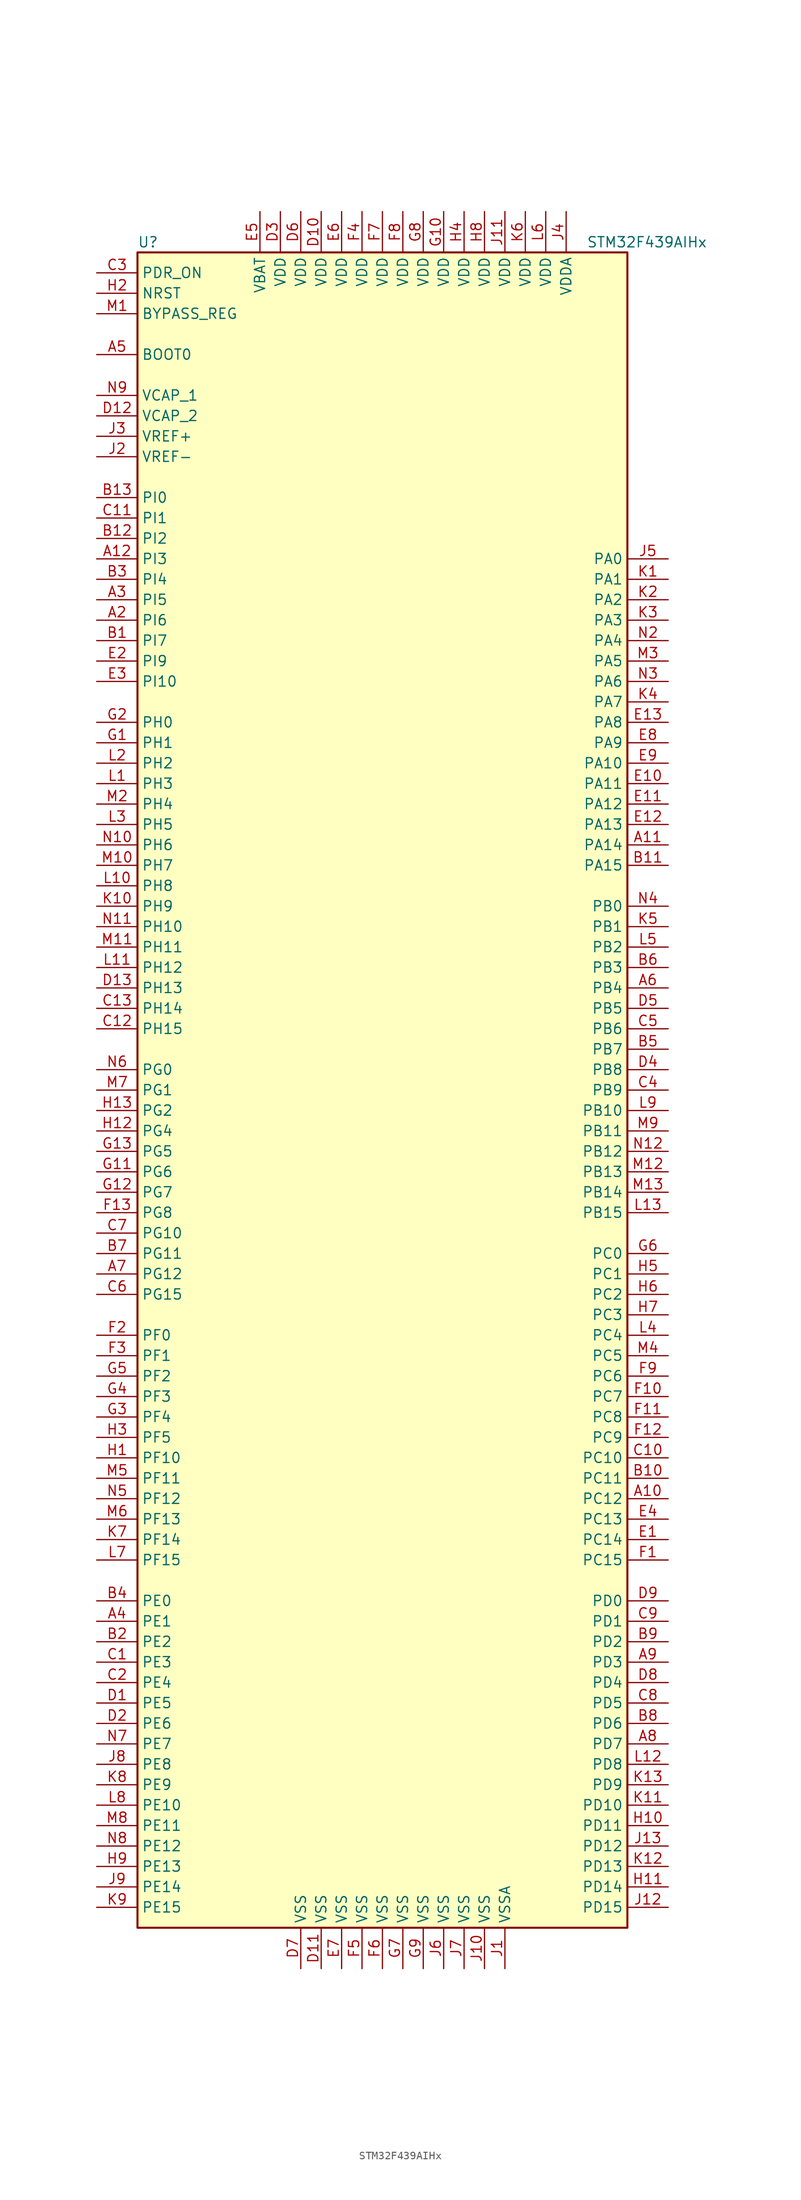
<source format=kicad_sym>
(kicad_symbol_lib
  (version 20201005)
  (generator kicad_symbol_editor)
  (symbol "STM32F439AIHx"
    (property "Reference" "U"
      (at -30.48 105.41 0)
      (effects (font (size 1.27 1.27)) (justify left)))
    (property "Value" "STM32F439AIHx"
      (at 25.4 105.41 0)
      (effects (font (size 1.27 1.27)) (justify left)))
    (symbol "STM32F439AIHx_0_1"
      (rectangle (start -30.48 -104.14) (end 30.48 104.14) (stroke (width 0.254)) (fill (type background))))
    (symbol "STM32F439AIHx_1_1"
      (pin no_connect line (at -30.48 -101.6 0) (length 5.08) hide (name "NC" (effects (font (size 1.27 1.27)))) (number "A1" (effects (font (size 1.27 1.27)))))
      (pin bidirectional line (at 35.56 -50.8 180) (length 5.08) (name "PC12" (effects (font (size 1.27 1.27)))) (number "A10" (effects (font (size 1.27 1.27)))))
      (pin bidirectional line (at 35.56 30.48 180) (length 5.08) (name "PA14" (effects (font (size 1.27 1.27)))) (number "A11" (effects (font (size 1.27 1.27)))))
      (pin bidirectional line (at -35.56 66.04 0) (length 5.08) (name "PI3" (effects (font (size 1.27 1.27)))) (number "A12" (effects (font (size 1.27 1.27)))))
      (pin no_connect line (at -30.48 -99.06 0) (length 5.08) hide (name "NC" (effects (font (size 1.27 1.27)))) (number "A13" (effects (font (size 1.27 1.27)))))
      (pin bidirectional line (at -35.56 58.42 0) (length 5.08) (name "PI6" (effects (font (size 1.27 1.27)))) (number "A2" (effects (font (size 1.27 1.27)))))
      (pin bidirectional line (at -35.56 60.96 0) (length 5.08) (name "PI5" (effects (font (size 1.27 1.27)))) (number "A3" (effects (font (size 1.27 1.27)))))
      (pin bidirectional line (at -35.56 -66.04 0) (length 5.08) (name "PE1" (effects (font (size 1.27 1.27)))) (number "A4" (effects (font (size 1.27 1.27)))))
      (pin input line (at -35.56 91.44 0) (length 5.08) (name "BOOT0" (effects (font (size 1.27 1.27)))) (number "A5" (effects (font (size 1.27 1.27)))))
      (pin bidirectional line (at 35.56 12.7 180) (length 5.08) (name "PB4" (effects (font (size 1.27 1.27)))) (number "A6" (effects (font (size 1.27 1.27)))))
      (pin bidirectional line (at -35.56 -22.86 0) (length 5.08) (name "PG12" (effects (font (size 1.27 1.27)))) (number "A7" (effects (font (size 1.27 1.27)))))
      (pin bidirectional line (at 35.56 -81.28 180) (length 5.08) (name "PD7" (effects (font (size 1.27 1.27)))) (number "A8" (effects (font (size 1.27 1.27)))))
      (pin bidirectional line (at 35.56 -71.12 180) (length 5.08) (name "PD3" (effects (font (size 1.27 1.27)))) (number "A9" (effects (font (size 1.27 1.27)))))
      (pin bidirectional line (at -35.56 55.88 0) (length 5.08) (name "PI7" (effects (font (size 1.27 1.27)))) (number "B1" (effects (font (size 1.27 1.27)))))
      (pin bidirectional line (at 35.56 -48.26 180) (length 5.08) (name "PC11" (effects (font (size 1.27 1.27)))) (number "B10" (effects (font (size 1.27 1.27)))))
      (pin bidirectional line (at 35.56 27.94 180) (length 5.08) (name "PA15" (effects (font (size 1.27 1.27)))) (number "B11" (effects (font (size 1.27 1.27)))))
      (pin bidirectional line (at -35.56 68.58 0) (length 5.08) (name "PI2" (effects (font (size 1.27 1.27)))) (number "B12" (effects (font (size 1.27 1.27)))))
      (pin bidirectional line (at -35.56 73.66 0) (length 5.08) (name "PI0" (effects (font (size 1.27 1.27)))) (number "B13" (effects (font (size 1.27 1.27)))))
      (pin bidirectional line (at -35.56 -68.58 0) (length 5.08) (name "PE2" (effects (font (size 1.27 1.27)))) (number "B2" (effects (font (size 1.27 1.27)))))
      (pin bidirectional line (at -35.56 63.5 0) (length 5.08) (name "PI4" (effects (font (size 1.27 1.27)))) (number "B3" (effects (font (size 1.27 1.27)))))
      (pin bidirectional line (at -35.56 -63.5 0) (length 5.08) (name "PE0" (effects (font (size 1.27 1.27)))) (number "B4" (effects (font (size 1.27 1.27)))))
      (pin bidirectional line (at 35.56 5.08 180) (length 5.08) (name "PB7" (effects (font (size 1.27 1.27)))) (number "B5" (effects (font (size 1.27 1.27)))))
      (pin bidirectional line (at 35.56 15.24 180) (length 5.08) (name "PB3" (effects (font (size 1.27 1.27)))) (number "B6" (effects (font (size 1.27 1.27)))))
      (pin bidirectional line (at -35.56 -20.32 0) (length 5.08) (name "PG11" (effects (font (size 1.27 1.27)))) (number "B7" (effects (font (size 1.27 1.27)))))
      (pin bidirectional line (at 35.56 -78.74 180) (length 5.08) (name "PD6" (effects (font (size 1.27 1.27)))) (number "B8" (effects (font (size 1.27 1.27)))))
      (pin bidirectional line (at 35.56 -68.58 180) (length 5.08) (name "PD2" (effects (font (size 1.27 1.27)))) (number "B9" (effects (font (size 1.27 1.27)))))
      (pin bidirectional line (at -35.56 -71.12 0) (length 5.08) (name "PE3" (effects (font (size 1.27 1.27)))) (number "C1" (effects (font (size 1.27 1.27)))))
      (pin bidirectional line (at 35.56 -45.72 180) (length 5.08) (name "PC10" (effects (font (size 1.27 1.27)))) (number "C10" (effects (font (size 1.27 1.27)))))
      (pin bidirectional line (at -35.56 71.12 0) (length 5.08) (name "PI1" (effects (font (size 1.27 1.27)))) (number "C11" (effects (font (size 1.27 1.27)))))
      (pin bidirectional line (at -35.56 7.62 0) (length 5.08) (name "PH15" (effects (font (size 1.27 1.27)))) (number "C12" (effects (font (size 1.27 1.27)))))
      (pin bidirectional line (at -35.56 10.16 0) (length 5.08) (name "PH14" (effects (font (size 1.27 1.27)))) (number "C13" (effects (font (size 1.27 1.27)))))
      (pin bidirectional line (at -35.56 -73.66 0) (length 5.08) (name "PE4" (effects (font (size 1.27 1.27)))) (number "C2" (effects (font (size 1.27 1.27)))))
      (pin input line (at -35.56 101.6 0) (length 5.08) (name "PDR_ON" (effects (font (size 1.27 1.27)))) (number "C3" (effects (font (size 1.27 1.27)))))
      (pin bidirectional line (at 35.56 0 180) (length 5.08) (name "PB9" (effects (font (size 1.27 1.27)))) (number "C4" (effects (font (size 1.27 1.27)))))
      (pin bidirectional line (at 35.56 7.62 180) (length 5.08) (name "PB6" (effects (font (size 1.27 1.27)))) (number "C5" (effects (font (size 1.27 1.27)))))
      (pin bidirectional line (at -35.56 -25.4 0) (length 5.08) (name "PG15" (effects (font (size 1.27 1.27)))) (number "C6" (effects (font (size 1.27 1.27)))))
      (pin bidirectional line (at -35.56 -17.78 0) (length 5.08) (name "PG10" (effects (font (size 1.27 1.27)))) (number "C7" (effects (font (size 1.27 1.27)))))
      (pin bidirectional line (at 35.56 -76.2 180) (length 5.08) (name "PD5" (effects (font (size 1.27 1.27)))) (number "C8" (effects (font (size 1.27 1.27)))))
      (pin bidirectional line (at 35.56 -66.04 180) (length 5.08) (name "PD1" (effects (font (size 1.27 1.27)))) (number "C9" (effects (font (size 1.27 1.27)))))
      (pin bidirectional line (at -35.56 -76.2 0) (length 5.08) (name "PE5" (effects (font (size 1.27 1.27)))) (number "D1" (effects (font (size 1.27 1.27)))))
      (pin power_in line (at -7.62 109.22 270) (length 5.08) (name "VDD" (effects (font (size 1.27 1.27)))) (number "D10" (effects (font (size 1.27 1.27)))))
      (pin power_in line (at -7.62 -109.22 90) (length 5.08) (name "VSS" (effects (font (size 1.27 1.27)))) (number "D11" (effects (font (size 1.27 1.27)))))
      (pin power_in line (at -35.56 83.82 0) (length 5.08) (name "VCAP_2" (effects (font (size 1.27 1.27)))) (number "D12" (effects (font (size 1.27 1.27)))))
      (pin bidirectional line (at -35.56 12.7 0) (length 5.08) (name "PH13" (effects (font (size 1.27 1.27)))) (number "D13" (effects (font (size 1.27 1.27)))))
      (pin bidirectional line (at -35.56 -78.74 0) (length 5.08) (name "PE6" (effects (font (size 1.27 1.27)))) (number "D2" (effects (font (size 1.27 1.27)))))
      (pin power_in line (at -12.7 109.22 270) (length 5.08) (name "VDD" (effects (font (size 1.27 1.27)))) (number "D3" (effects (font (size 1.27 1.27)))))
      (pin bidirectional line (at 35.56 2.54 180) (length 5.08) (name "PB8" (effects (font (size 1.27 1.27)))) (number "D4" (effects (font (size 1.27 1.27)))))
      (pin bidirectional line (at 35.56 10.16 180) (length 5.08) (name "PB5" (effects (font (size 1.27 1.27)))) (number "D5" (effects (font (size 1.27 1.27)))))
      (pin power_in line (at -10.16 109.22 270) (length 5.08) (name "VDD" (effects (font (size 1.27 1.27)))) (number "D6" (effects (font (size 1.27 1.27)))))
      (pin power_in line (at -10.16 -109.22 90) (length 5.08) (name "VSS" (effects (font (size 1.27 1.27)))) (number "D7" (effects (font (size 1.27 1.27)))))
      (pin bidirectional line (at 35.56 -73.66 180) (length 5.08) (name "PD4" (effects (font (size 1.27 1.27)))) (number "D8" (effects (font (size 1.27 1.27)))))
      (pin bidirectional line (at 35.56 -63.5 180) (length 5.08) (name "PD0" (effects (font (size 1.27 1.27)))) (number "D9" (effects (font (size 1.27 1.27)))))
      (pin bidirectional line (at 35.56 -55.88 180) (length 5.08) (name "PC14" (effects (font (size 1.27 1.27)))) (number "E1" (effects (font (size 1.27 1.27)))))
      (pin bidirectional line (at 35.56 38.1 180) (length 5.08) (name "PA11" (effects (font (size 1.27 1.27)))) (number "E10" (effects (font (size 1.27 1.27)))))
      (pin bidirectional line (at 35.56 35.56 180) (length 5.08) (name "PA12" (effects (font (size 1.27 1.27)))) (number "E11" (effects (font (size 1.27 1.27)))))
      (pin bidirectional line (at 35.56 33.02 180) (length 5.08) (name "PA13" (effects (font (size 1.27 1.27)))) (number "E12" (effects (font (size 1.27 1.27)))))
      (pin bidirectional line (at 35.56 45.72 180) (length 5.08) (name "PA8" (effects (font (size 1.27 1.27)))) (number "E13" (effects (font (size 1.27 1.27)))))
      (pin bidirectional line (at -35.56 53.34 0) (length 5.08) (name "PI9" (effects (font (size 1.27 1.27)))) (number "E2" (effects (font (size 1.27 1.27)))))
      (pin bidirectional line (at -35.56 50.8 0) (length 5.08) (name "PI10" (effects (font (size 1.27 1.27)))) (number "E3" (effects (font (size 1.27 1.27)))))
      (pin bidirectional line (at 35.56 -53.34 180) (length 5.08) (name "PC13" (effects (font (size 1.27 1.27)))) (number "E4" (effects (font (size 1.27 1.27)))))
      (pin power_in line (at -15.24 109.22 270) (length 5.08) (name "VBAT" (effects (font (size 1.27 1.27)))) (number "E5" (effects (font (size 1.27 1.27)))))
      (pin power_in line (at -5.08 109.22 270) (length 5.08) (name "VDD" (effects (font (size 1.27 1.27)))) (number "E6" (effects (font (size 1.27 1.27)))))
      (pin power_in line (at -5.08 -109.22 90) (length 5.08) (name "VSS" (effects (font (size 1.27 1.27)))) (number "E7" (effects (font (size 1.27 1.27)))))
      (pin bidirectional line (at 35.56 43.18 180) (length 5.08) (name "PA9" (effects (font (size 1.27 1.27)))) (number "E8" (effects (font (size 1.27 1.27)))))
      (pin bidirectional line (at 35.56 40.64 180) (length 5.08) (name "PA10" (effects (font (size 1.27 1.27)))) (number "E9" (effects (font (size 1.27 1.27)))))
      (pin bidirectional line (at 35.56 -58.42 180) (length 5.08) (name "PC15" (effects (font (size 1.27 1.27)))) (number "F1" (effects (font (size 1.27 1.27)))))
      (pin bidirectional line (at 35.56 -38.1 180) (length 5.08) (name "PC7" (effects (font (size 1.27 1.27)))) (number "F10" (effects (font (size 1.27 1.27)))))
      (pin bidirectional line (at 35.56 -40.64 180) (length 5.08) (name "PC8" (effects (font (size 1.27 1.27)))) (number "F11" (effects (font (size 1.27 1.27)))))
      (pin bidirectional line (at 35.56 -43.18 180) (length 5.08) (name "PC9" (effects (font (size 1.27 1.27)))) (number "F12" (effects (font (size 1.27 1.27)))))
      (pin bidirectional line (at -35.56 -15.24 0) (length 5.08) (name "PG8" (effects (font (size 1.27 1.27)))) (number "F13" (effects (font (size 1.27 1.27)))))
      (pin bidirectional line (at -35.56 -30.48 0) (length 5.08) (name "PF0" (effects (font (size 1.27 1.27)))) (number "F2" (effects (font (size 1.27 1.27)))))
      (pin bidirectional line (at -35.56 -33.02 0) (length 5.08) (name "PF1" (effects (font (size 1.27 1.27)))) (number "F3" (effects (font (size 1.27 1.27)))))
      (pin power_in line (at -2.54 109.22 270) (length 5.08) (name "VDD" (effects (font (size 1.27 1.27)))) (number "F4" (effects (font (size 1.27 1.27)))))
      (pin power_in line (at -2.54 -109.22 90) (length 5.08) (name "VSS" (effects (font (size 1.27 1.27)))) (number "F5" (effects (font (size 1.27 1.27)))))
      (pin power_in line (at 0 -109.22 90) (length 5.08) (name "VSS" (effects (font (size 1.27 1.27)))) (number "F6" (effects (font (size 1.27 1.27)))))
      (pin power_in line (at 0 109.22 270) (length 5.08) (name "VDD" (effects (font (size 1.27 1.27)))) (number "F7" (effects (font (size 1.27 1.27)))))
      (pin power_in line (at 2.54 109.22 270) (length 5.08) (name "VDD" (effects (font (size 1.27 1.27)))) (number "F8" (effects (font (size 1.27 1.27)))))
      (pin bidirectional line (at 35.56 -35.56 180) (length 5.08) (name "PC6" (effects (font (size 1.27 1.27)))) (number "F9" (effects (font (size 1.27 1.27)))))
      (pin input line (at -35.56 43.18 0) (length 5.08) (name "PH1" (effects (font (size 1.27 1.27)))) (number "G1" (effects (font (size 1.27 1.27)))))
      (pin power_in line (at 7.62 109.22 270) (length 5.08) (name "VDD" (effects (font (size 1.27 1.27)))) (number "G10" (effects (font (size 1.27 1.27)))))
      (pin bidirectional line (at -35.56 -10.16 0) (length 5.08) (name "PG6" (effects (font (size 1.27 1.27)))) (number "G11" (effects (font (size 1.27 1.27)))))
      (pin bidirectional line (at -35.56 -12.7 0) (length 5.08) (name "PG7" (effects (font (size 1.27 1.27)))) (number "G12" (effects (font (size 1.27 1.27)))))
      (pin bidirectional line (at -35.56 -7.62 0) (length 5.08) (name "PG5" (effects (font (size 1.27 1.27)))) (number "G13" (effects (font (size 1.27 1.27)))))
      (pin input line (at -35.56 45.72 0) (length 5.08) (name "PH0" (effects (font (size 1.27 1.27)))) (number "G2" (effects (font (size 1.27 1.27)))))
      (pin bidirectional line (at -35.56 -40.64 0) (length 5.08) (name "PF4" (effects (font (size 1.27 1.27)))) (number "G3" (effects (font (size 1.27 1.27)))))
      (pin bidirectional line (at -35.56 -38.1 0) (length 5.08) (name "PF3" (effects (font (size 1.27 1.27)))) (number "G4" (effects (font (size 1.27 1.27)))))
      (pin bidirectional line (at -35.56 -35.56 0) (length 5.08) (name "PF2" (effects (font (size 1.27 1.27)))) (number "G5" (effects (font (size 1.27 1.27)))))
      (pin bidirectional line (at 35.56 -20.32 180) (length 5.08) (name "PC0" (effects (font (size 1.27 1.27)))) (number "G6" (effects (font (size 1.27 1.27)))))
      (pin power_in line (at 2.54 -109.22 90) (length 5.08) (name "VSS" (effects (font (size 1.27 1.27)))) (number "G7" (effects (font (size 1.27 1.27)))))
      (pin power_in line (at 5.08 109.22 270) (length 5.08) (name "VDD" (effects (font (size 1.27 1.27)))) (number "G8" (effects (font (size 1.27 1.27)))))
      (pin power_in line (at 5.08 -109.22 90) (length 5.08) (name "VSS" (effects (font (size 1.27 1.27)))) (number "G9" (effects (font (size 1.27 1.27)))))
      (pin bidirectional line (at -35.56 -45.72 0) (length 5.08) (name "PF10" (effects (font (size 1.27 1.27)))) (number "H1" (effects (font (size 1.27 1.27)))))
      (pin bidirectional line (at 35.56 -91.44 180) (length 5.08) (name "PD11" (effects (font (size 1.27 1.27)))) (number "H10" (effects (font (size 1.27 1.27)))))
      (pin bidirectional line (at 35.56 -99.06 180) (length 5.08) (name "PD14" (effects (font (size 1.27 1.27)))) (number "H11" (effects (font (size 1.27 1.27)))))
      (pin bidirectional line (at -35.56 -5.08 0) (length 5.08) (name "PG4" (effects (font (size 1.27 1.27)))) (number "H12" (effects (font (size 1.27 1.27)))))
      (pin bidirectional line (at -35.56 -2.54 0) (length 5.08) (name "PG2" (effects (font (size 1.27 1.27)))) (number "H13" (effects (font (size 1.27 1.27)))))
      (pin input line (at -35.56 99.06 0) (length 5.08) (name "NRST" (effects (font (size 1.27 1.27)))) (number "H2" (effects (font (size 1.27 1.27)))))
      (pin bidirectional line (at -35.56 -43.18 0) (length 5.08) (name "PF5" (effects (font (size 1.27 1.27)))) (number "H3" (effects (font (size 1.27 1.27)))))
      (pin power_in line (at 10.16 109.22 270) (length 5.08) (name "VDD" (effects (font (size 1.27 1.27)))) (number "H4" (effects (font (size 1.27 1.27)))))
      (pin bidirectional line (at 35.56 -22.86 180) (length 5.08) (name "PC1" (effects (font (size 1.27 1.27)))) (number "H5" (effects (font (size 1.27 1.27)))))
      (pin bidirectional line (at 35.56 -25.4 180) (length 5.08) (name "PC2" (effects (font (size 1.27 1.27)))) (number "H6" (effects (font (size 1.27 1.27)))))
      (pin bidirectional line (at 35.56 -27.94 180) (length 5.08) (name "PC3" (effects (font (size 1.27 1.27)))) (number "H7" (effects (font (size 1.27 1.27)))))
      (pin power_in line (at 12.7 109.22 270) (length 5.08) (name "VDD" (effects (font (size 1.27 1.27)))) (number "H8" (effects (font (size 1.27 1.27)))))
      (pin bidirectional line (at -35.56 -96.52 0) (length 5.08) (name "PE13" (effects (font (size 1.27 1.27)))) (number "H9" (effects (font (size 1.27 1.27)))))
      (pin power_in line (at 15.24 -109.22 90) (length 5.08) (name "VSSA" (effects (font (size 1.27 1.27)))) (number "J1" (effects (font (size 1.27 1.27)))))
      (pin power_in line (at 12.7 -109.22 90) (length 5.08) (name "VSS" (effects (font (size 1.27 1.27)))) (number "J10" (effects (font (size 1.27 1.27)))))
      (pin power_in line (at 15.24 109.22 270) (length 5.08) (name "VDD" (effects (font (size 1.27 1.27)))) (number "J11" (effects (font (size 1.27 1.27)))))
      (pin bidirectional line (at 35.56 -101.6 180) (length 5.08) (name "PD15" (effects (font (size 1.27 1.27)))) (number "J12" (effects (font (size 1.27 1.27)))))
      (pin bidirectional line (at 35.56 -93.98 180) (length 5.08) (name "PD12" (effects (font (size 1.27 1.27)))) (number "J13" (effects (font (size 1.27 1.27)))))
      (pin power_in line (at -35.56 78.74 0) (length 5.08) (name "VREF-" (effects (font (size 1.27 1.27)))) (number "J2" (effects (font (size 1.27 1.27)))))
      (pin power_in line (at -35.56 81.28 0) (length 5.08) (name "VREF+" (effects (font (size 1.27 1.27)))) (number "J3" (effects (font (size 1.27 1.27)))))
      (pin power_in line (at 22.86 109.22 270) (length 5.08) (name "VDDA" (effects (font (size 1.27 1.27)))) (number "J4" (effects (font (size 1.27 1.27)))))
      (pin bidirectional line (at 35.56 66.04 180) (length 5.08) (name "PA0" (effects (font (size 1.27 1.27)))) (number "J5" (effects (font (size 1.27 1.27)))))
      (pin power_in line (at 7.62 -109.22 90) (length 5.08) (name "VSS" (effects (font (size 1.27 1.27)))) (number "J6" (effects (font (size 1.27 1.27)))))
      (pin power_in line (at 10.16 -109.22 90) (length 5.08) (name "VSS" (effects (font (size 1.27 1.27)))) (number "J7" (effects (font (size 1.27 1.27)))))
      (pin bidirectional line (at -35.56 -83.82 0) (length 5.08) (name "PE8" (effects (font (size 1.27 1.27)))) (number "J8" (effects (font (size 1.27 1.27)))))
      (pin bidirectional line (at -35.56 -99.06 0) (length 5.08) (name "PE14" (effects (font (size 1.27 1.27)))) (number "J9" (effects (font (size 1.27 1.27)))))
      (pin bidirectional line (at 35.56 63.5 180) (length 5.08) (name "PA1" (effects (font (size 1.27 1.27)))) (number "K1" (effects (font (size 1.27 1.27)))))
      (pin bidirectional line (at -35.56 22.86 0) (length 5.08) (name "PH9" (effects (font (size 1.27 1.27)))) (number "K10" (effects (font (size 1.27 1.27)))))
      (pin bidirectional line (at 35.56 -88.9 180) (length 5.08) (name "PD10" (effects (font (size 1.27 1.27)))) (number "K11" (effects (font (size 1.27 1.27)))))
      (pin bidirectional line (at 35.56 -96.52 180) (length 5.08) (name "PD13" (effects (font (size 1.27 1.27)))) (number "K12" (effects (font (size 1.27 1.27)))))
      (pin bidirectional line (at 35.56 -86.36 180) (length 5.08) (name "PD9" (effects (font (size 1.27 1.27)))) (number "K13" (effects (font (size 1.27 1.27)))))
      (pin bidirectional line (at 35.56 60.96 180) (length 5.08) (name "PA2" (effects (font (size 1.27 1.27)))) (number "K2" (effects (font (size 1.27 1.27)))))
      (pin bidirectional line (at 35.56 58.42 180) (length 5.08) (name "PA3" (effects (font (size 1.27 1.27)))) (number "K3" (effects (font (size 1.27 1.27)))))
      (pin bidirectional line (at 35.56 48.26 180) (length 5.08) (name "PA7" (effects (font (size 1.27 1.27)))) (number "K4" (effects (font (size 1.27 1.27)))))
      (pin bidirectional line (at 35.56 20.32 180) (length 5.08) (name "PB1" (effects (font (size 1.27 1.27)))) (number "K5" (effects (font (size 1.27 1.27)))))
      (pin power_in line (at 17.78 109.22 270) (length 5.08) (name "VDD" (effects (font (size 1.27 1.27)))) (number "K6" (effects (font (size 1.27 1.27)))))
      (pin bidirectional line (at -35.56 -55.88 0) (length 5.08) (name "PF14" (effects (font (size 1.27 1.27)))) (number "K7" (effects (font (size 1.27 1.27)))))
      (pin bidirectional line (at -35.56 -86.36 0) (length 5.08) (name "PE9" (effects (font (size 1.27 1.27)))) (number "K8" (effects (font (size 1.27 1.27)))))
      (pin bidirectional line (at -35.56 -101.6 0) (length 5.08) (name "PE15" (effects (font (size 1.27 1.27)))) (number "K9" (effects (font (size 1.27 1.27)))))
      (pin bidirectional line (at -35.56 38.1 0) (length 5.08) (name "PH3" (effects (font (size 1.27 1.27)))) (number "L1" (effects (font (size 1.27 1.27)))))
      (pin bidirectional line (at -35.56 25.4 0) (length 5.08) (name "PH8" (effects (font (size 1.27 1.27)))) (number "L10" (effects (font (size 1.27 1.27)))))
      (pin bidirectional line (at -35.56 15.24 0) (length 5.08) (name "PH12" (effects (font (size 1.27 1.27)))) (number "L11" (effects (font (size 1.27 1.27)))))
      (pin bidirectional line (at 35.56 -83.82 180) (length 5.08) (name "PD8" (effects (font (size 1.27 1.27)))) (number "L12" (effects (font (size 1.27 1.27)))))
      (pin bidirectional line (at 35.56 -15.24 180) (length 5.08) (name "PB15" (effects (font (size 1.27 1.27)))) (number "L13" (effects (font (size 1.27 1.27)))))
      (pin bidirectional line (at -35.56 40.64 0) (length 5.08) (name "PH2" (effects (font (size 1.27 1.27)))) (number "L2" (effects (font (size 1.27 1.27)))))
      (pin bidirectional line (at -35.56 33.02 0) (length 5.08) (name "PH5" (effects (font (size 1.27 1.27)))) (number "L3" (effects (font (size 1.27 1.27)))))
      (pin bidirectional line (at 35.56 -30.48 180) (length 5.08) (name "PC4" (effects (font (size 1.27 1.27)))) (number "L4" (effects (font (size 1.27 1.27)))))
      (pin bidirectional line (at 35.56 17.78 180) (length 5.08) (name "PB2" (effects (font (size 1.27 1.27)))) (number "L5" (effects (font (size 1.27 1.27)))))
      (pin power_in line (at 20.32 109.22 270) (length 5.08) (name "VDD" (effects (font (size 1.27 1.27)))) (number "L6" (effects (font (size 1.27 1.27)))))
      (pin bidirectional line (at -35.56 -58.42 0) (length 5.08) (name "PF15" (effects (font (size 1.27 1.27)))) (number "L7" (effects (font (size 1.27 1.27)))))
      (pin bidirectional line (at -35.56 -88.9 0) (length 5.08) (name "PE10" (effects (font (size 1.27 1.27)))) (number "L8" (effects (font (size 1.27 1.27)))))
      (pin bidirectional line (at 35.56 -2.54 180) (length 5.08) (name "PB10" (effects (font (size 1.27 1.27)))) (number "L9" (effects (font (size 1.27 1.27)))))
      (pin input line (at -35.56 96.52 0) (length 5.08) (name "BYPASS_REG" (effects (font (size 1.27 1.27)))) (number "M1" (effects (font (size 1.27 1.27)))))
      (pin bidirectional line (at -35.56 27.94 0) (length 5.08) (name "PH7" (effects (font (size 1.27 1.27)))) (number "M10" (effects (font (size 1.27 1.27)))))
      (pin bidirectional line (at -35.56 17.78 0) (length 5.08) (name "PH11" (effects (font (size 1.27 1.27)))) (number "M11" (effects (font (size 1.27 1.27)))))
      (pin bidirectional line (at 35.56 -10.16 180) (length 5.08) (name "PB13" (effects (font (size 1.27 1.27)))) (number "M12" (effects (font (size 1.27 1.27)))))
      (pin bidirectional line (at 35.56 -12.7 180) (length 5.08) (name "PB14" (effects (font (size 1.27 1.27)))) (number "M13" (effects (font (size 1.27 1.27)))))
      (pin bidirectional line (at -35.56 35.56 0) (length 5.08) (name "PH4" (effects (font (size 1.27 1.27)))) (number "M2" (effects (font (size 1.27 1.27)))))
      (pin bidirectional line (at 35.56 53.34 180) (length 5.08) (name "PA5" (effects (font (size 1.27 1.27)))) (number "M3" (effects (font (size 1.27 1.27)))))
      (pin bidirectional line (at 35.56 -33.02 180) (length 5.08) (name "PC5" (effects (font (size 1.27 1.27)))) (number "M4" (effects (font (size 1.27 1.27)))))
      (pin bidirectional line (at -35.56 -48.26 0) (length 5.08) (name "PF11" (effects (font (size 1.27 1.27)))) (number "M5" (effects (font (size 1.27 1.27)))))
      (pin bidirectional line (at -35.56 -53.34 0) (length 5.08) (name "PF13" (effects (font (size 1.27 1.27)))) (number "M6" (effects (font (size 1.27 1.27)))))
      (pin bidirectional line (at -35.56 0 0) (length 5.08) (name "PG1" (effects (font (size 1.27 1.27)))) (number "M7" (effects (font (size 1.27 1.27)))))
      (pin bidirectional line (at -35.56 -91.44 0) (length 5.08) (name "PE11" (effects (font (size 1.27 1.27)))) (number "M8" (effects (font (size 1.27 1.27)))))
      (pin bidirectional line (at 35.56 -5.08 180) (length 5.08) (name "PB11" (effects (font (size 1.27 1.27)))) (number "M9" (effects (font (size 1.27 1.27)))))
      (pin no_connect line (at -30.48 -96.52 0) (length 5.08) hide (name "NC" (effects (font (size 1.27 1.27)))) (number "N1" (effects (font (size 1.27 1.27)))))
      (pin bidirectional line (at -35.56 30.48 0) (length 5.08) (name "PH6" (effects (font (size 1.27 1.27)))) (number "N10" (effects (font (size 1.27 1.27)))))
      (pin bidirectional line (at -35.56 20.32 0) (length 5.08) (name "PH10" (effects (font (size 1.27 1.27)))) (number "N11" (effects (font (size 1.27 1.27)))))
      (pin bidirectional line (at 35.56 -7.62 180) (length 5.08) (name "PB12" (effects (font (size 1.27 1.27)))) (number "N12" (effects (font (size 1.27 1.27)))))
      (pin no_connect line (at -30.48 -93.98 0) (length 5.08) hide (name "NC" (effects (font (size 1.27 1.27)))) (number "N13" (effects (font (size 1.27 1.27)))))
      (pin bidirectional line (at 35.56 55.88 180) (length 5.08) (name "PA4" (effects (font (size 1.27 1.27)))) (number "N2" (effects (font (size 1.27 1.27)))))
      (pin bidirectional line (at 35.56 50.8 180) (length 5.08) (name "PA6" (effects (font (size 1.27 1.27)))) (number "N3" (effects (font (size 1.27 1.27)))))
      (pin bidirectional line (at 35.56 22.86 180) (length 5.08) (name "PB0" (effects (font (size 1.27 1.27)))) (number "N4" (effects (font (size 1.27 1.27)))))
      (pin bidirectional line (at -35.56 -50.8 0) (length 5.08) (name "PF12" (effects (font (size 1.27 1.27)))) (number "N5" (effects (font (size 1.27 1.27)))))
      (pin bidirectional line (at -35.56 2.54 0) (length 5.08) (name "PG0" (effects (font (size 1.27 1.27)))) (number "N6" (effects (font (size 1.27 1.27)))))
      (pin bidirectional line (at -35.56 -81.28 0) (length 5.08) (name "PE7" (effects (font (size 1.27 1.27)))) (number "N7" (effects (font (size 1.27 1.27)))))
      (pin bidirectional line (at -35.56 -93.98 0) (length 5.08) (name "PE12" (effects (font (size 1.27 1.27)))) (number "N8" (effects (font (size 1.27 1.27)))))
      (pin power_in line (at -35.56 86.36 0) (length 5.08) (name "VCAP_1" (effects (font (size 1.27 1.27)))) (number "N9" (effects (font (size 1.27 1.27))))))))
</source>
